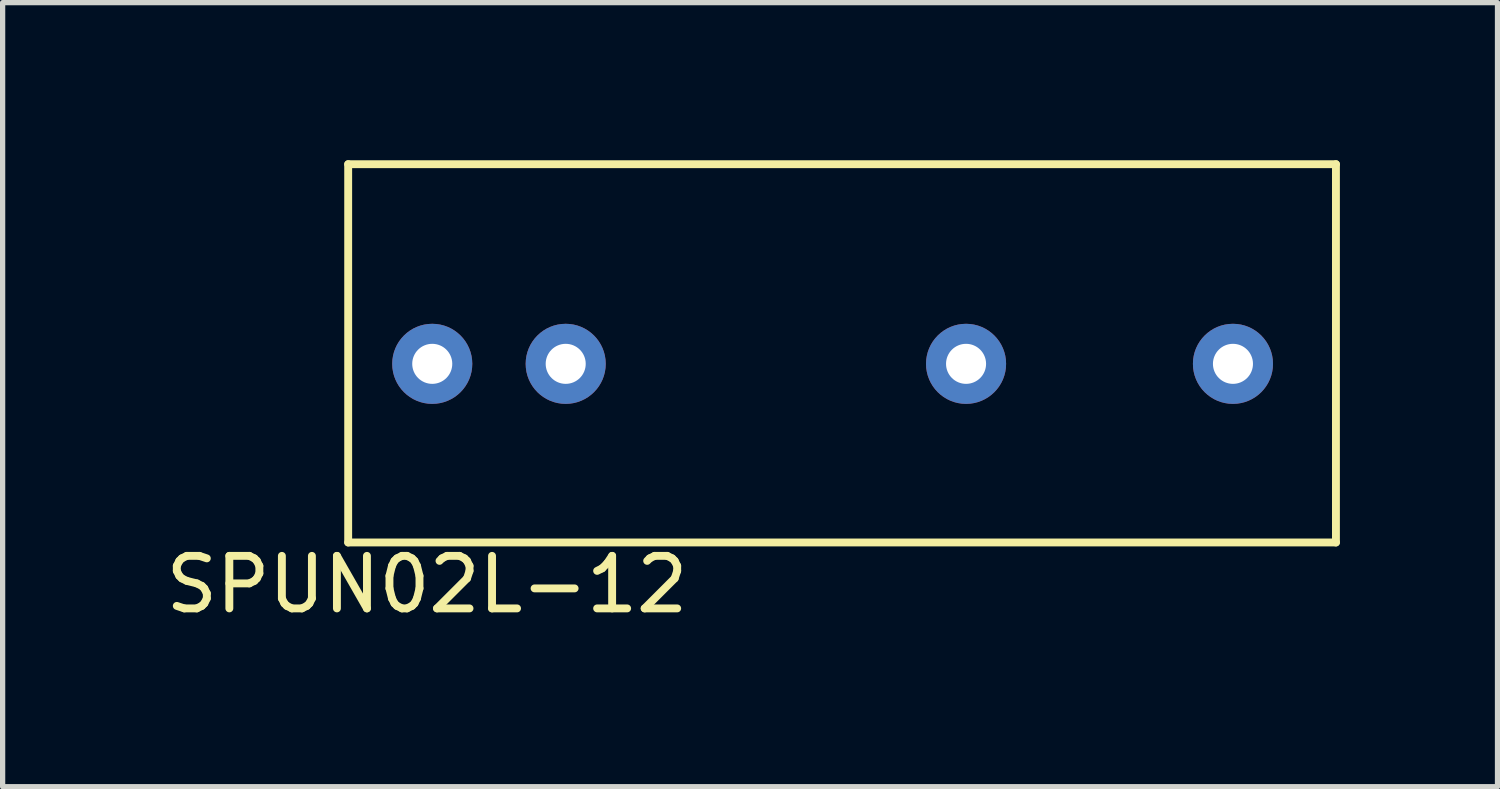
<source format=kicad_pcb>
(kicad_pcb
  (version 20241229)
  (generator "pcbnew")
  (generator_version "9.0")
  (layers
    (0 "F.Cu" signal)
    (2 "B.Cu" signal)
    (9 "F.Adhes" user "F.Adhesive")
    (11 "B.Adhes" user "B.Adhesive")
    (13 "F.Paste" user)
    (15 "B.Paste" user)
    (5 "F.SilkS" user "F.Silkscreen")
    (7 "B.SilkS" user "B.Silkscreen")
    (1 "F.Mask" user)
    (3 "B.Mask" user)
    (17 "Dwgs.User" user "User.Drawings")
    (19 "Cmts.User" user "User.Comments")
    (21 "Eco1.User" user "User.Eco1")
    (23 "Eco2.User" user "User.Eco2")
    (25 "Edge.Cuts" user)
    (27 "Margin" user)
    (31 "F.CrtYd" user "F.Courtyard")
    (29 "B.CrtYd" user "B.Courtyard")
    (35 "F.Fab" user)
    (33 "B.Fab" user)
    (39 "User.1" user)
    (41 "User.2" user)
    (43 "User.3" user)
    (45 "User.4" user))
  (footprint "SPUN02L-12"
    (layer "F.Cu")
    (at 5.177 3.875)
    (property "Reference" "SPUN02L-12" (at -0.1 4.2 0) (layer "F.SilkS") (effects (font (size 1 1) (thickness 0.15))))
    (attr through_hole)
    (fp_line (start -1.6 -3.8) (end -1.6 3.4) (stroke (width 0.15) (type solid)) (layer "F.SilkS"))
    (fp_line (start -1.6 -3.8) (end 17.2 -3.8) (stroke (width 0.15) (type solid)) (layer "F.SilkS"))
    (fp_line (start -1.6 3.4) (end 17.2 3.4) (stroke (width 0.15) (type solid)) (layer "F.SilkS"))
    (fp_line (start 17.2 -3.8) (end 17.2 3.4) (stroke (width 0.15) (type solid)) (layer "F.SilkS"))
    (pad "1" thru_hole circle (at 0 0) (size 1.524 1.524) (drill 0.762) (layers "*.Cu" "*.Mask"))
    (pad "2" thru_hole circle (at 2.54 0) (size 1.524 1.524) (drill 0.762) (layers "*.Cu" "*.Mask"))
    (pad "5" thru_hole circle (at 10.16 0) (size 1.524 1.524) (drill 0.762) (layers "*.Cu" "*.Mask"))
    (pad "7" thru_hole circle (at 15.24 0) (size 1.524 1.524) (drill 0.762) (layers "*.Cu" "*.Mask")))
  (gr_rect
    (start -3 -3)
    (end 25.452 11.923)
    (stroke (width 0.1) (type default))
    (fill no)
    (layer "Edge.Cuts")))
</source>
